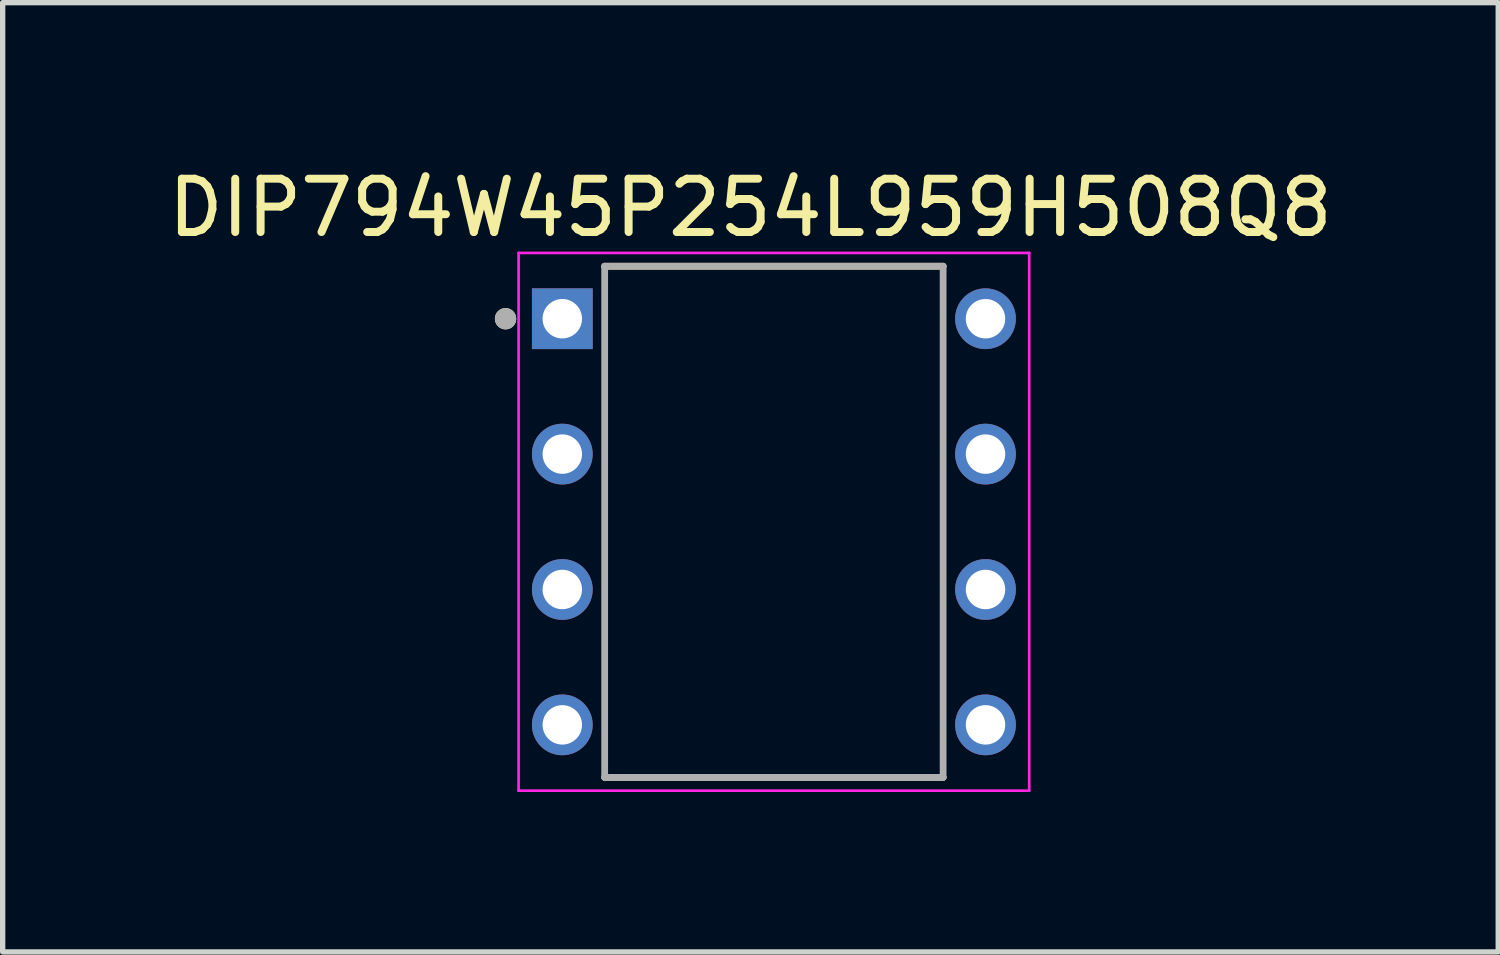
<source format=kicad_pcb>
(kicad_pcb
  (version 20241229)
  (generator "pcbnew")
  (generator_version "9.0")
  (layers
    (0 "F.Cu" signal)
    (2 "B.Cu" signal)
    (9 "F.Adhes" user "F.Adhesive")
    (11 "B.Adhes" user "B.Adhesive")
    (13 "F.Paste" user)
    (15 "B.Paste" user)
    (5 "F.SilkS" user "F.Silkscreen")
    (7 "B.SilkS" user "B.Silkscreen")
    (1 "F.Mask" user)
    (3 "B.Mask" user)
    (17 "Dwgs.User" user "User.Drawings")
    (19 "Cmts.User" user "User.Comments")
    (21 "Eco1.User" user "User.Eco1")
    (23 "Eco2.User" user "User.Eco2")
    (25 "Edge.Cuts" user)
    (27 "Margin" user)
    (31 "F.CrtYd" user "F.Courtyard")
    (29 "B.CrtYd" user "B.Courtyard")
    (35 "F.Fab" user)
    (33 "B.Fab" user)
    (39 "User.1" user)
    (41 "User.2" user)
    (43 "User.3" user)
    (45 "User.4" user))
  (footprint "DIP794W45P254L959H508Q8"
    (layer "F.Cu")
    (at 11.47 6.74)
    (property "Reference" "DIP794W45P254L959H508Q8" (at -0.44 -5.892 0) (layer "F.SilkS") (effects (font (size 1 1) (thickness 0.15))))
    (attr through_hole)
    (fp_line (start -3.175 -4.795) (end 3.175 -4.795) (stroke (width 0.127) (type solid)) (layer "F.SilkS"))
    (fp_line (start -3.175 4.795) (end 3.175 4.795) (stroke (width 0.127) (type solid)) (layer "F.SilkS"))
    (fp_circle (center -5.035 -3.81) (end -4.935 -3.81) (stroke (width 0.2) (type solid)) (fill no) (layer "F.SilkS"))
    (fp_line (start -4.79 -5.045) (end -4.79 5.045) (stroke (width 0.05) (type solid)) (layer "F.CrtYd"))
    (fp_line (start 4.79 -5.045) (end -4.79 -5.045) (stroke (width 0.05) (type solid)) (layer "F.CrtYd"))
    (fp_line (start 4.79 -5.045) (end 4.79 5.045) (stroke (width 0.05) (type solid)) (layer "F.CrtYd"))
    (fp_line (start 4.79 5.045) (end -4.79 5.045) (stroke (width 0.05) (type solid)) (layer "F.CrtYd"))
    (fp_line (start -3.175 -4.795) (end -3.175 4.795) (stroke (width 0.127) (type solid)) (layer "F.Fab"))
    (fp_line (start -3.175 -4.795) (end 3.175 -4.795) (stroke (width 0.127) (type solid)) (layer "F.Fab"))
    (fp_line (start -3.175 4.795) (end 3.175 4.795) (stroke (width 0.127) (type solid)) (layer "F.Fab"))
    (fp_line (start 3.175 -4.795) (end 3.175 4.795) (stroke (width 0.127) (type solid)) (layer "F.Fab"))
    (fp_circle (center -5.035 -3.81) (end -4.935 -3.81) (stroke (width 0.2) (type solid)) (fill no) (layer "F.Fab"))
    (pad "1" thru_hole rect (at -3.97 -3.81) (size 1.14 1.14) (drill 0.74) (layers "*.Cu" "*.Mask"))
    (pad "2" thru_hole circle (at -3.97 -1.27) (size 1.14 1.14) (drill 0.74) (layers "*.Cu" "*.Mask"))
    (pad "3" thru_hole circle (at -3.97 1.27) (size 1.14 1.14) (drill 0.74) (layers "*.Cu" "*.Mask"))
    (pad "4" thru_hole circle (at -3.97 3.81) (size 1.14 1.14) (drill 0.74) (layers "*.Cu" "*.Mask"))
    (pad "5" thru_hole circle (at 3.97 3.81) (size 1.14 1.14) (drill 0.74) (layers "*.Cu" "*.Mask"))
    (pad "6" thru_hole circle (at 3.97 1.27) (size 1.14 1.14) (drill 0.74) (layers "*.Cu" "*.Mask"))
    (pad "7" thru_hole circle (at 3.97 -1.27) (size 1.14 1.14) (drill 0.74) (layers "*.Cu" "*.Mask"))
    (pad "8" thru_hole circle (at 3.97 -3.81) (size 1.14 1.14) (drill 0.74) (layers "*.Cu" "*.Mask")))
  (gr_rect
    (start -3 -3)
    (end 25.06 14.81)
    (stroke (width 0.1) (type default))
    (fill no)
    (layer "Edge.Cuts")))
</source>
